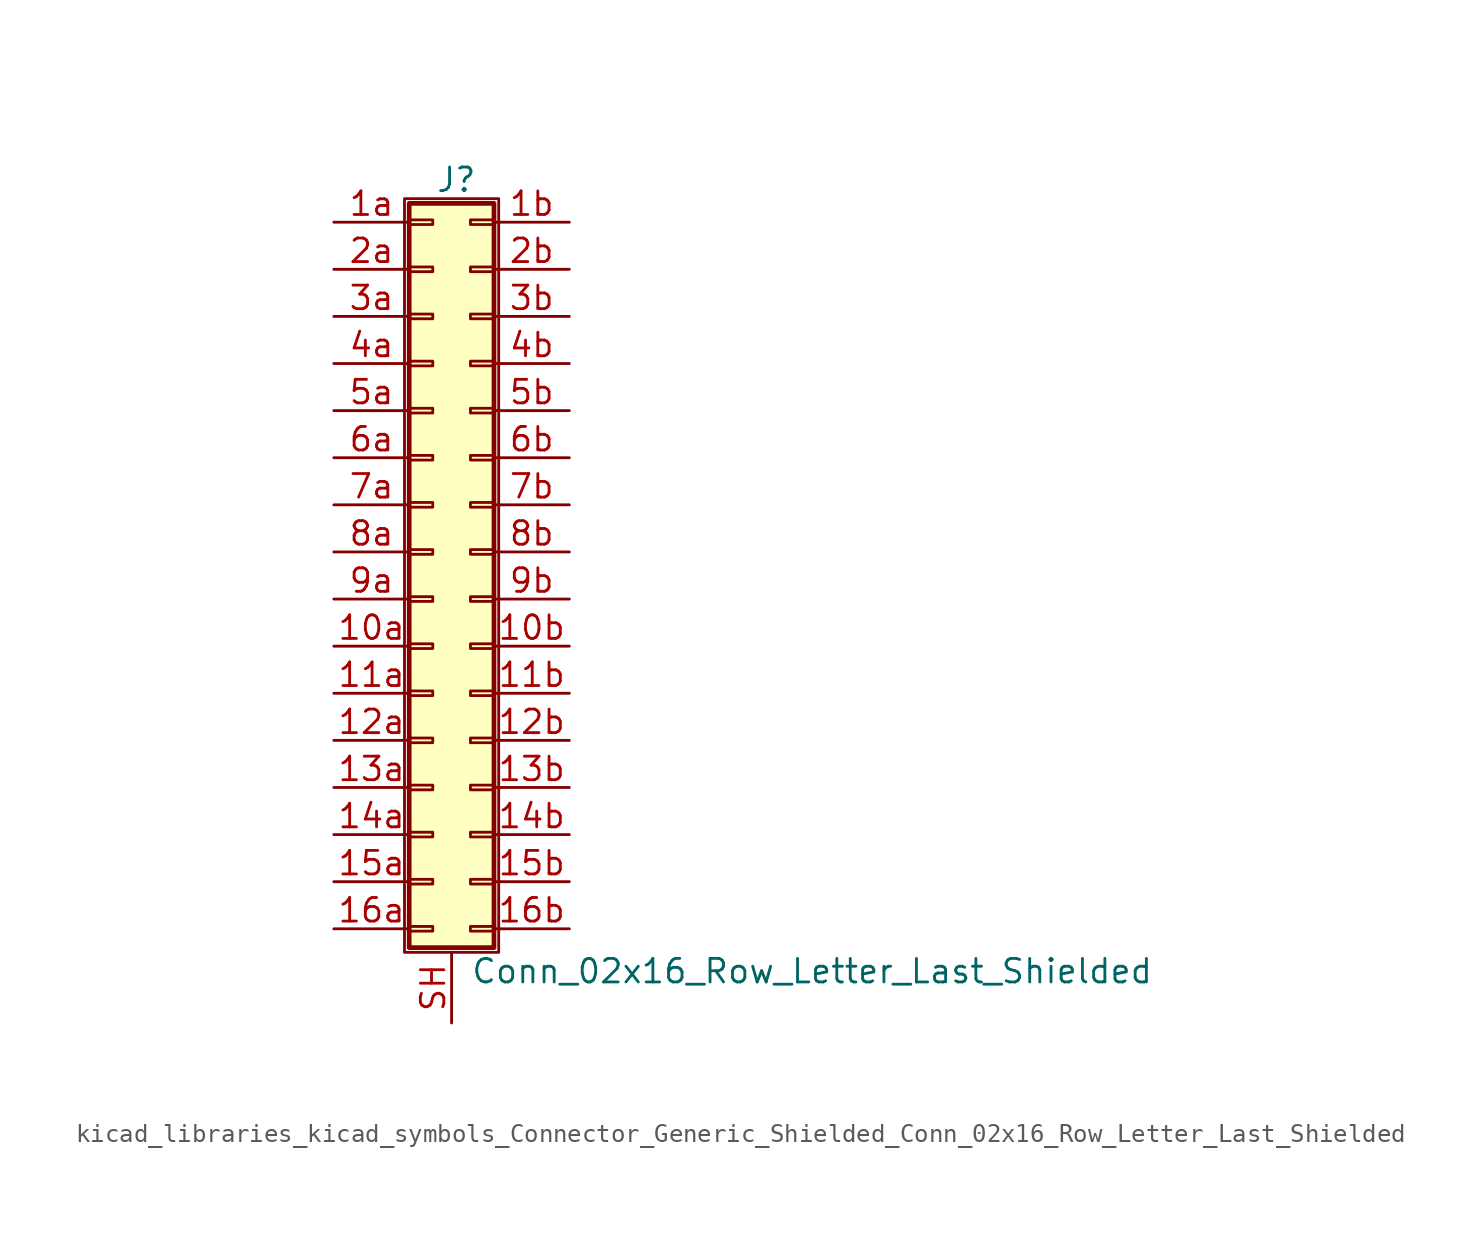
<source format=kicad_sym>
(kicad_symbol_lib
  (version 20220914)
  (generator kicad_symbol_editor)
  (symbol "kicad_libraries_kicad_symbols_Connector_Generic_Shielded_Conn_02x16_Row_Letter_Last_Shielded"
    (pin_names
      (offset 1.016) hide)
    (property "Reference" "J"
      (at 1.524 20.066 0)
      (effects (font (size 1.27 1.27))))
    (property "Value" "Conn_02x16_Row_Letter_Last_Shielded"
      (at 2.286 -22.606 0)
      (effects (font (size 1.27 1.27)) (justify left)))
    (symbol "kicad_libraries_kicad_symbols_Connector_Generic_Shielded_Conn_02x16_Row_Letter_Last_Shielded_1_1"
      (rectangle (start -1.27 19.05) (end 3.81 -21.59) (stroke (width 0.152) (type default)) (fill (type none)))
      (rectangle (start -1.016 -20.193) (end 0.254 -20.447) (stroke (width 0.152) (type default)) (fill (type none)))
      (rectangle (start -1.016 -17.653) (end 0.254 -17.907) (stroke (width 0.152) (type default)) (fill (type none)))
      (rectangle (start -1.016 -15.113) (end 0.254 -15.367) (stroke (width 0.152) (type default)) (fill (type none)))
      (rectangle (start -1.016 -12.573) (end 0.254 -12.827) (stroke (width 0.152) (type default)) (fill (type none)))
      (rectangle (start -1.016 -10.033) (end 0.254 -10.287) (stroke (width 0.152) (type default)) (fill (type none)))
      (rectangle (start -1.016 -7.493) (end 0.254 -7.747) (stroke (width 0.152) (type default)) (fill (type none)))
      (rectangle (start -1.016 -4.953) (end 0.254 -5.207) (stroke (width 0.152) (type default)) (fill (type none)))
      (rectangle (start -1.016 -2.413) (end 0.254 -2.667) (stroke (width 0.152) (type default)) (fill (type none)))
      (rectangle (start -1.016 0.127) (end 0.254 -0.127) (stroke (width 0.152) (type default)) (fill (type none)))
      (rectangle (start -1.016 2.667) (end 0.254 2.413) (stroke (width 0.152) (type default)) (fill (type none)))
      (rectangle (start -1.016 5.207) (end 0.254 4.953) (stroke (width 0.152) (type default)) (fill (type none)))
      (rectangle (start -1.016 7.747) (end 0.254 7.493) (stroke (width 0.152) (type default)) (fill (type none)))
      (rectangle (start -1.016 10.287) (end 0.254 10.033) (stroke (width 0.152) (type default)) (fill (type none)))
      (rectangle (start -1.016 12.827) (end 0.254 12.573) (stroke (width 0.152) (type default)) (fill (type none)))
      (rectangle (start -1.016 15.367) (end 0.254 15.113) (stroke (width 0.152) (type default)) (fill (type none)))
      (rectangle (start -1.016 17.907) (end 0.254 17.653) (stroke (width 0.152) (type default)) (fill (type none)))
      (rectangle (start -1.016 18.796) (end 3.556 -21.336) (stroke (width 0.254) (type default)) (fill (type background)))
      (rectangle (start 3.556 -20.193) (end 2.286 -20.447) (stroke (width 0.152) (type default)) (fill (type none)))
      (rectangle (start 3.556 -17.653) (end 2.286 -17.907) (stroke (width 0.152) (type default)) (fill (type none)))
      (rectangle (start 3.556 -15.113) (end 2.286 -15.367) (stroke (width 0.152) (type default)) (fill (type none)))
      (rectangle (start 3.556 -12.573) (end 2.286 -12.827) (stroke (width 0.152) (type default)) (fill (type none)))
      (rectangle (start 3.556 -10.033) (end 2.286 -10.287) (stroke (width 0.152) (type default)) (fill (type none)))
      (rectangle (start 3.556 -7.493) (end 2.286 -7.747) (stroke (width 0.152) (type default)) (fill (type none)))
      (rectangle (start 3.556 -4.953) (end 2.286 -5.207) (stroke (width 0.152) (type default)) (fill (type none)))
      (rectangle (start 3.556 -2.413) (end 2.286 -2.667) (stroke (width 0.152) (type default)) (fill (type none)))
      (rectangle (start 3.556 0.127) (end 2.286 -0.127) (stroke (width 0.152) (type default)) (fill (type none)))
      (rectangle (start 3.556 2.667) (end 2.286 2.413) (stroke (width 0.152) (type default)) (fill (type none)))
      (rectangle (start 3.556 5.207) (end 2.286 4.953) (stroke (width 0.152) (type default)) (fill (type none)))
      (rectangle (start 3.556 7.747) (end 2.286 7.493) (stroke (width 0.152) (type default)) (fill (type none)))
      (rectangle (start 3.556 10.287) (end 2.286 10.033) (stroke (width 0.152) (type default)) (fill (type none)))
      (rectangle (start 3.556 12.827) (end 2.286 12.573) (stroke (width 0.152) (type default)) (fill (type none)))
      (rectangle (start 3.556 15.367) (end 2.286 15.113) (stroke (width 0.152) (type default)) (fill (type none)))
      (rectangle (start 3.556 17.907) (end 2.286 17.653) (stroke (width 0.152) (type default)) (fill (type none)))
      (pin passive line (at -5.08 -5.08 0) (length 4.064) (name "Pin_10a" (effects (font (size 1.27 1.27)))) (number "10a" (effects (font (size 1.27 1.27)))))
      (pin passive line (at 7.62 -5.08 180) (length 4.064) (name "Pin_10b" (effects (font (size 1.27 1.27)))) (number "10b" (effects (font (size 1.27 1.27)))))
      (pin passive line (at -5.08 -7.62 0) (length 4.064) (name "Pin_11a" (effects (font (size 1.27 1.27)))) (number "11a" (effects (font (size 1.27 1.27)))))
      (pin passive line (at 7.62 -7.62 180) (length 4.064) (name "Pin_11b" (effects (font (size 1.27 1.27)))) (number "11b" (effects (font (size 1.27 1.27)))))
      (pin passive line (at -5.08 -10.16 0) (length 4.064) (name "Pin_12a" (effects (font (size 1.27 1.27)))) (number "12a" (effects (font (size 1.27 1.27)))))
      (pin passive line (at 7.62 -10.16 180) (length 4.064) (name "Pin_12b" (effects (font (size 1.27 1.27)))) (number "12b" (effects (font (size 1.27 1.27)))))
      (pin passive line (at -5.08 -12.7 0) (length 4.064) (name "Pin_13a" (effects (font (size 1.27 1.27)))) (number "13a" (effects (font (size 1.27 1.27)))))
      (pin passive line (at 7.62 -12.7 180) (length 4.064) (name "Pin_13b" (effects (font (size 1.27 1.27)))) (number "13b" (effects (font (size 1.27 1.27)))))
      (pin passive line (at -5.08 -15.24 0) (length 4.064) (name "Pin_14a" (effects (font (size 1.27 1.27)))) (number "14a" (effects (font (size 1.27 1.27)))))
      (pin passive line (at 7.62 -15.24 180) (length 4.064) (name "Pin_14b" (effects (font (size 1.27 1.27)))) (number "14b" (effects (font (size 1.27 1.27)))))
      (pin passive line (at -5.08 -17.78 0) (length 4.064) (name "Pin_15a" (effects (font (size 1.27 1.27)))) (number "15a" (effects (font (size 1.27 1.27)))))
      (pin passive line (at 7.62 -17.78 180) (length 4.064) (name "Pin_15b" (effects (font (size 1.27 1.27)))) (number "15b" (effects (font (size 1.27 1.27)))))
      (pin passive line (at -5.08 -20.32 0) (length 4.064) (name "Pin_16a" (effects (font (size 1.27 1.27)))) (number "16a" (effects (font (size 1.27 1.27)))))
      (pin passive line (at 7.62 -20.32 180) (length 4.064) (name "Pin_16b" (effects (font (size 1.27 1.27)))) (number "16b" (effects (font (size 1.27 1.27)))))
      (pin passive line (at -5.08 17.78 0) (length 4.064) (name "Pin_1a" (effects (font (size 1.27 1.27)))) (number "1a" (effects (font (size 1.27 1.27)))))
      (pin passive line (at 7.62 17.78 180) (length 4.064) (name "Pin_1b" (effects (font (size 1.27 1.27)))) (number "1b" (effects (font (size 1.27 1.27)))))
      (pin passive line (at -5.08 15.24 0) (length 4.064) (name "Pin_2a" (effects (font (size 1.27 1.27)))) (number "2a" (effects (font (size 1.27 1.27)))))
      (pin passive line (at 7.62 15.24 180) (length 4.064) (name "Pin_2b" (effects (font (size 1.27 1.27)))) (number "2b" (effects (font (size 1.27 1.27)))))
      (pin passive line (at -5.08 12.7 0) (length 4.064) (name "Pin_3a" (effects (font (size 1.27 1.27)))) (number "3a" (effects (font (size 1.27 1.27)))))
      (pin passive line (at 7.62 12.7 180) (length 4.064) (name "Pin_3b" (effects (font (size 1.27 1.27)))) (number "3b" (effects (font (size 1.27 1.27)))))
      (pin passive line (at -5.08 10.16 0) (length 4.064) (name "Pin_4a" (effects (font (size 1.27 1.27)))) (number "4a" (effects (font (size 1.27 1.27)))))
      (pin passive line (at 7.62 10.16 180) (length 4.064) (name "Pin_4b" (effects (font (size 1.27 1.27)))) (number "4b" (effects (font (size 1.27 1.27)))))
      (pin passive line (at -5.08 7.62 0) (length 4.064) (name "Pin_5a" (effects (font (size 1.27 1.27)))) (number "5a" (effects (font (size 1.27 1.27)))))
      (pin passive line (at 7.62 7.62 180) (length 4.064) (name "Pin_5b" (effects (font (size 1.27 1.27)))) (number "5b" (effects (font (size 1.27 1.27)))))
      (pin passive line (at -5.08 5.08 0) (length 4.064) (name "Pin_6a" (effects (font (size 1.27 1.27)))) (number "6a" (effects (font (size 1.27 1.27)))))
      (pin passive line (at 7.62 5.08 180) (length 4.064) (name "Pin_6b" (effects (font (size 1.27 1.27)))) (number "6b" (effects (font (size 1.27 1.27)))))
      (pin passive line (at -5.08 2.54 0) (length 4.064) (name "Pin_7a" (effects (font (size 1.27 1.27)))) (number "7a" (effects (font (size 1.27 1.27)))))
      (pin passive line (at 7.62 2.54 180) (length 4.064) (name "Pin_7b" (effects (font (size 1.27 1.27)))) (number "7b" (effects (font (size 1.27 1.27)))))
      (pin passive line (at -5.08 0 0) (length 4.064) (name "Pin_8a" (effects (font (size 1.27 1.27)))) (number "8a" (effects (font (size 1.27 1.27)))))
      (pin passive line (at 7.62 0 180) (length 4.064) (name "Pin_8b" (effects (font (size 1.27 1.27)))) (number "8b" (effects (font (size 1.27 1.27)))))
      (pin passive line (at -5.08 -2.54 0) (length 4.064) (name "Pin_9a" (effects (font (size 1.27 1.27)))) (number "9a" (effects (font (size 1.27 1.27)))))
      (pin passive line (at 7.62 -2.54 180) (length 4.064) (name "Pin_9b" (effects (font (size 1.27 1.27)))) (number "9b" (effects (font (size 1.27 1.27)))))
      (pin passive line (at 1.27 -25.4 90) (length 3.81) (name "Shield" (effects (font (size 1.27 1.27)))) (number "SH" (effects (font (size 1.27 1.27))))))))
</source>
